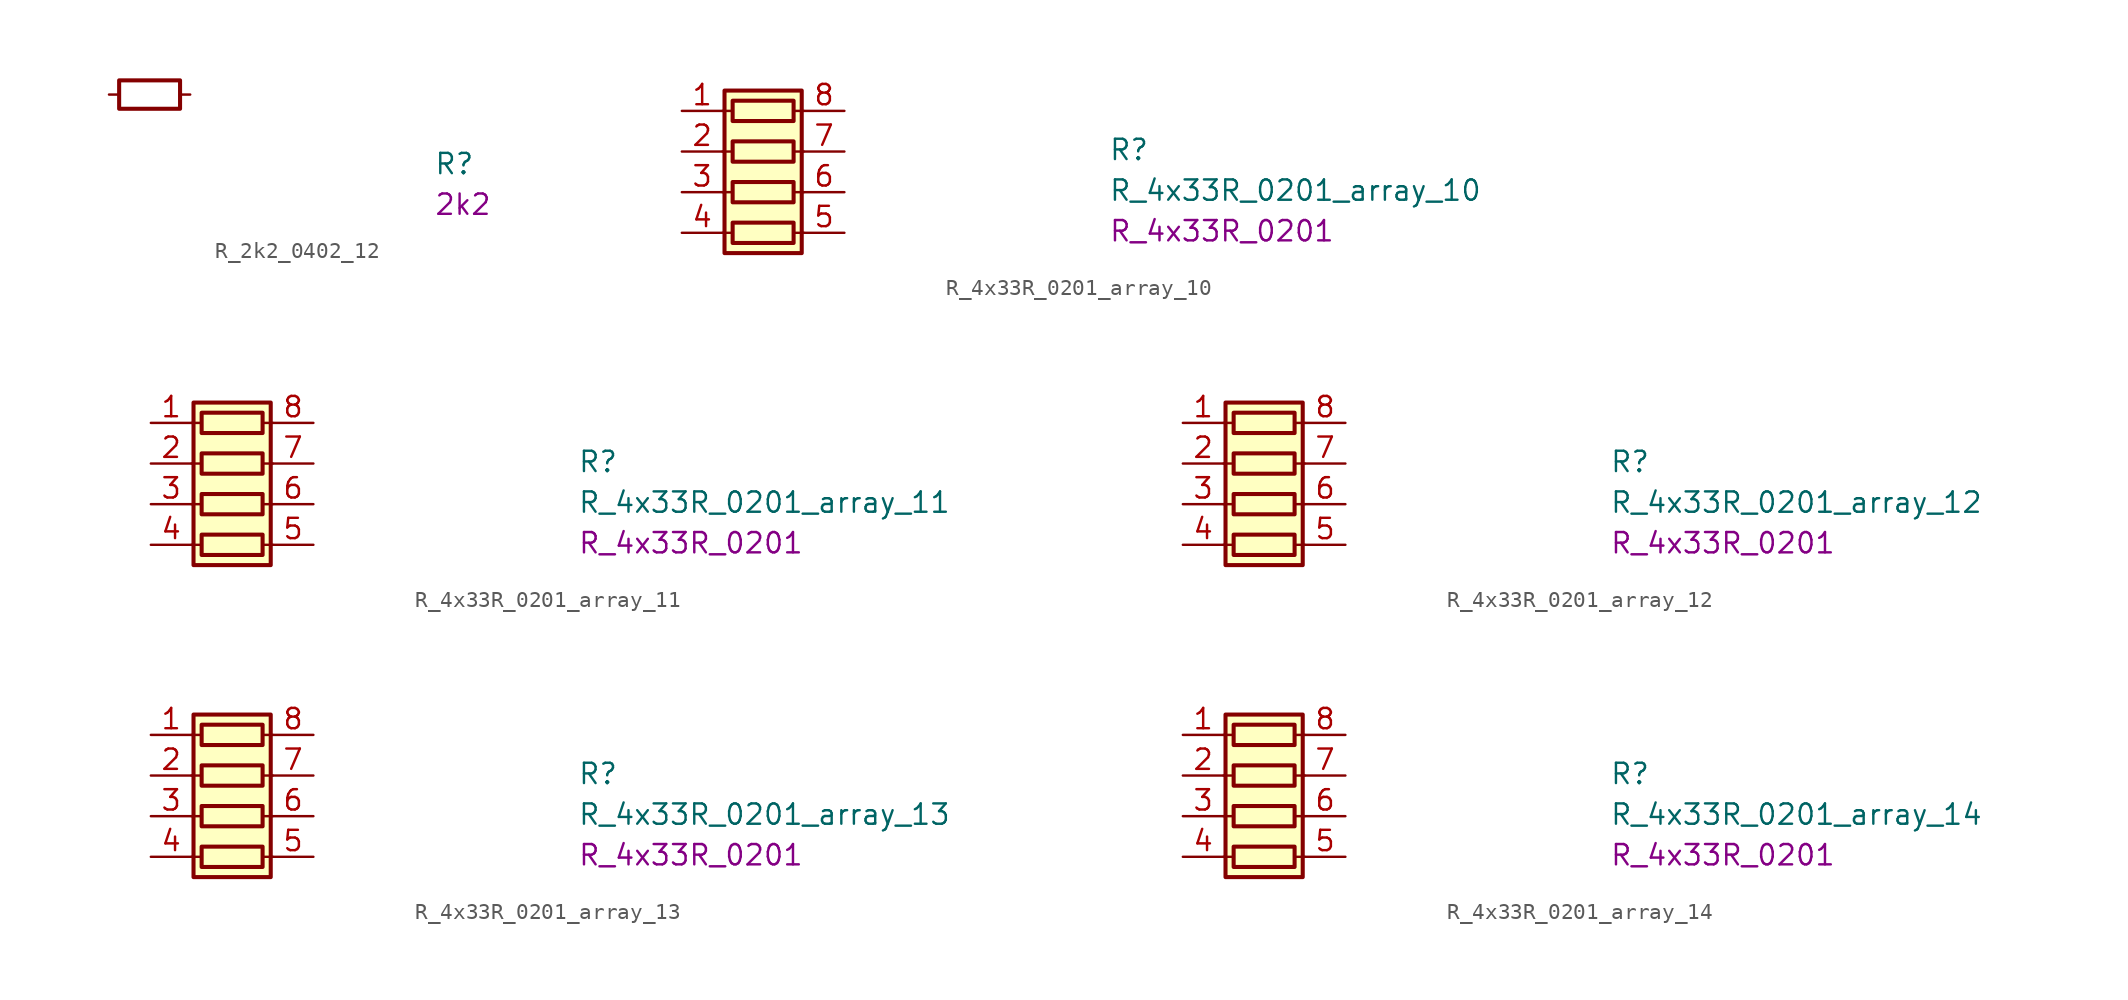
<source format=kicad_sym>
(kicad_symbol_lib
  (version 20211014)
  (generator kicad_symbol_editor)
  (symbol "K410T-devboard:R_2k2_0402_12"
    (pin_numbers hide)
    (pin_names hide)
    (property "Reference" "R"
      (at 20.32 -5.08 0)
      (effects (font (size 1.27 1.27) (thickness 0.15)) (justify left bottom)))
    (property "Val" "2k2"
      (at 20.32 -7.62 0)
      (effects (font (size 1.27 1.27) (thickness 0.15)) (justify left bottom)))
    (symbol "R_2k2_0402_12_0_1"
      (rectangle (start 0.635 0.889) (end 4.445 -0.889) (stroke (width 0.254) (type default)) (fill (type none))))
    (symbol "R_2k2_0402_12_1_1"
      (pin passive line (at 0 0 0) (length 0.635) (name "~" (effects (font (size 1.27 1.27)))) (number "1" (effects (font (size 1.27 1.27)))))
      (pin passive line (at 5.08 0 180) (length 0.635) (name "~" (effects (font (size 1.27 1.27)))) (number "2" (effects (font (size 1.27 1.27)))))))
  (symbol "K410T-devboard:R_4x33R_0201_array_10"
    (pin_names hide)
    (property "Reference" "R"
      (at 26.67 -3.175 0)
      (effects (font (size 1.27 1.27) (thickness 0.15)) (justify left bottom)))
    (property "Value" "R_4x33R_0201_array_10"
      (at 26.67 -5.715 0)
      (effects (font (size 1.27 1.27) (thickness 0.15)) (justify left bottom)))
    (property "Val" "R_4x33R_0201"
      (at 26.67 -8.255 0)
      (effects (font (size 1.27 1.27)) (justify left bottom)))
    (symbol "R_4x33R_0201_array_10_0_1"
      (polyline (pts (xy 2.54 -7.62) (xy 3.175 -7.62)) (stroke (width 0) (type default)) (fill (type none)))
      (polyline (pts (xy 2.54 -5.08) (xy 3.175 -5.08)) (stroke (width 0) (type default)) (fill (type none)))
      (polyline (pts (xy 2.54 -2.54) (xy 3.175 -2.54)) (stroke (width 0) (type default)) (fill (type none)))
      (polyline (pts (xy 2.54 0) (xy 3.175 0)) (stroke (width 0) (type default)) (fill (type none)))
      (polyline (pts (xy 6.985 -7.62) (xy 7.62 -7.62)) (stroke (width 0) (type default)) (fill (type none)))
      (polyline (pts (xy 6.985 -5.08) (xy 7.62 -5.08)) (stroke (width 0) (type default)) (fill (type none)))
      (polyline (pts (xy 6.985 -2.54) (xy 7.62 -2.54)) (stroke (width 0) (type default)) (fill (type none)))
      (polyline (pts (xy 6.985 0) (xy 7.62 0)) (stroke (width 0) (type default)) (fill (type none)))
      (rectangle (start 2.667 1.27) (end 7.493 -8.89) (stroke (width 0.254) (type default)) (fill (type background)))
      (rectangle (start 6.985 -6.985) (end 3.175 -8.255) (stroke (width 0.254) (type default)) (fill (type none)))
      (rectangle (start 6.985 -4.445) (end 3.175 -5.715) (stroke (width 0.254) (type default)) (fill (type none)))
      (rectangle (start 6.985 -1.905) (end 3.175 -3.175) (stroke (width 0.254) (type default)) (fill (type none)))
      (rectangle (start 6.985 0.635) (end 3.175 -0.635) (stroke (width 0.254) (type default)) (fill (type none))))
    (symbol "R_4x33R_0201_array_10_1_1"
      (pin passive line (at 0 0 0) (length 2.54) (name "R1.1" (effects (font (size 1.27 1.27)))) (number "1" (effects (font (size 1.27 1.27)))))
      (pin passive line (at 0 -2.54 0) (length 2.54) (name "R2.1" (effects (font (size 1.27 1.27)))) (number "2" (effects (font (size 1.27 1.27)))))
      (pin passive line (at 0 -5.08 0) (length 2.54) (name "R3.1" (effects (font (size 1.27 1.27)))) (number "3" (effects (font (size 1.27 1.27)))))
      (pin passive line (at 0 -7.62 0) (length 2.54) (name "R4.1" (effects (font (size 1.27 1.27)))) (number "4" (effects (font (size 1.27 1.27)))))
      (pin passive line (at 10.16 -7.62 180) (length 2.54) (name "R4.2" (effects (font (size 1.27 1.27)))) (number "5" (effects (font (size 1.27 1.27)))))
      (pin passive line (at 10.16 -5.08 180) (length 2.54) (name "R3.2" (effects (font (size 1.27 1.27)))) (number "6" (effects (font (size 1.27 1.27)))))
      (pin passive line (at 10.16 -2.54 180) (length 2.54) (name "R2.2" (effects (font (size 1.27 1.27)))) (number "7" (effects (font (size 1.27 1.27)))))
      (pin passive line (at 10.16 0 180) (length 2.54) (name "R1.2" (effects (font (size 1.27 1.27)))) (number "8" (effects (font (size 1.27 1.27)))))))
  (symbol "K410T-devboard:R_4x33R_0201_array_11"
    (pin_names hide)
    (property "Reference" "R"
      (at 26.67 -3.175 0)
      (effects (font (size 1.27 1.27) (thickness 0.15)) (justify left bottom)))
    (property "Value" "R_4x33R_0201_array_11"
      (at 26.67 -5.715 0)
      (effects (font (size 1.27 1.27) (thickness 0.15)) (justify left bottom)))
    (property "Val" "R_4x33R_0201"
      (at 26.67 -8.255 0)
      (effects (font (size 1.27 1.27)) (justify left bottom)))
    (symbol "R_4x33R_0201_array_11_0_1"
      (polyline (pts (xy 2.54 -7.62) (xy 3.175 -7.62)) (stroke (width 0) (type default)) (fill (type none)))
      (polyline (pts (xy 2.54 -5.08) (xy 3.175 -5.08)) (stroke (width 0) (type default)) (fill (type none)))
      (polyline (pts (xy 2.54 -2.54) (xy 3.175 -2.54)) (stroke (width 0) (type default)) (fill (type none)))
      (polyline (pts (xy 2.54 0) (xy 3.175 0)) (stroke (width 0) (type default)) (fill (type none)))
      (polyline (pts (xy 6.985 -7.62) (xy 7.62 -7.62)) (stroke (width 0) (type default)) (fill (type none)))
      (polyline (pts (xy 6.985 -5.08) (xy 7.62 -5.08)) (stroke (width 0) (type default)) (fill (type none)))
      (polyline (pts (xy 6.985 -2.54) (xy 7.62 -2.54)) (stroke (width 0) (type default)) (fill (type none)))
      (polyline (pts (xy 6.985 0) (xy 7.62 0)) (stroke (width 0) (type default)) (fill (type none)))
      (rectangle (start 2.667 1.27) (end 7.493 -8.89) (stroke (width 0.254) (type default)) (fill (type background)))
      (rectangle (start 6.985 -6.985) (end 3.175 -8.255) (stroke (width 0.254) (type default)) (fill (type none)))
      (rectangle (start 6.985 -4.445) (end 3.175 -5.715) (stroke (width 0.254) (type default)) (fill (type none)))
      (rectangle (start 6.985 -1.905) (end 3.175 -3.175) (stroke (width 0.254) (type default)) (fill (type none)))
      (rectangle (start 6.985 0.635) (end 3.175 -0.635) (stroke (width 0.254) (type default)) (fill (type none))))
    (symbol "R_4x33R_0201_array_11_1_1"
      (pin passive line (at 0 0 0) (length 2.54) (name "R1.1" (effects (font (size 1.27 1.27)))) (number "1" (effects (font (size 1.27 1.27)))))
      (pin passive line (at 0 -2.54 0) (length 2.54) (name "R2.1" (effects (font (size 1.27 1.27)))) (number "2" (effects (font (size 1.27 1.27)))))
      (pin passive line (at 0 -5.08 0) (length 2.54) (name "R3.1" (effects (font (size 1.27 1.27)))) (number "3" (effects (font (size 1.27 1.27)))))
      (pin passive line (at 0 -7.62 0) (length 2.54) (name "R4.1" (effects (font (size 1.27 1.27)))) (number "4" (effects (font (size 1.27 1.27)))))
      (pin passive line (at 10.16 -7.62 180) (length 2.54) (name "R4.2" (effects (font (size 1.27 1.27)))) (number "5" (effects (font (size 1.27 1.27)))))
      (pin passive line (at 10.16 -5.08 180) (length 2.54) (name "R3.2" (effects (font (size 1.27 1.27)))) (number "6" (effects (font (size 1.27 1.27)))))
      (pin passive line (at 10.16 -2.54 180) (length 2.54) (name "R2.2" (effects (font (size 1.27 1.27)))) (number "7" (effects (font (size 1.27 1.27)))))
      (pin passive line (at 10.16 0 180) (length 2.54) (name "R1.2" (effects (font (size 1.27 1.27)))) (number "8" (effects (font (size 1.27 1.27)))))))
  (symbol "K410T-devboard:R_4x33R_0201_array_12"
    (pin_names hide)
    (property "Reference" "R"
      (at 26.67 -3.175 0)
      (effects (font (size 1.27 1.27) (thickness 0.15)) (justify left bottom)))
    (property "Value" "R_4x33R_0201_array_12"
      (at 26.67 -5.715 0)
      (effects (font (size 1.27 1.27) (thickness 0.15)) (justify left bottom)))
    (property "Val" "R_4x33R_0201"
      (at 26.67 -8.255 0)
      (effects (font (size 1.27 1.27)) (justify left bottom)))
    (symbol "R_4x33R_0201_array_12_0_1"
      (polyline (pts (xy 2.54 -7.62) (xy 3.175 -7.62)) (stroke (width 0) (type default)) (fill (type none)))
      (polyline (pts (xy 2.54 -5.08) (xy 3.175 -5.08)) (stroke (width 0) (type default)) (fill (type none)))
      (polyline (pts (xy 2.54 -2.54) (xy 3.175 -2.54)) (stroke (width 0) (type default)) (fill (type none)))
      (polyline (pts (xy 2.54 0) (xy 3.175 0)) (stroke (width 0) (type default)) (fill (type none)))
      (polyline (pts (xy 6.985 -7.62) (xy 7.62 -7.62)) (stroke (width 0) (type default)) (fill (type none)))
      (polyline (pts (xy 6.985 -5.08) (xy 7.62 -5.08)) (stroke (width 0) (type default)) (fill (type none)))
      (polyline (pts (xy 6.985 -2.54) (xy 7.62 -2.54)) (stroke (width 0) (type default)) (fill (type none)))
      (polyline (pts (xy 6.985 0) (xy 7.62 0)) (stroke (width 0) (type default)) (fill (type none)))
      (rectangle (start 2.667 1.27) (end 7.493 -8.89) (stroke (width 0.254) (type default)) (fill (type background)))
      (rectangle (start 6.985 -6.985) (end 3.175 -8.255) (stroke (width 0.254) (type default)) (fill (type none)))
      (rectangle (start 6.985 -4.445) (end 3.175 -5.715) (stroke (width 0.254) (type default)) (fill (type none)))
      (rectangle (start 6.985 -1.905) (end 3.175 -3.175) (stroke (width 0.254) (type default)) (fill (type none)))
      (rectangle (start 6.985 0.635) (end 3.175 -0.635) (stroke (width 0.254) (type default)) (fill (type none))))
    (symbol "R_4x33R_0201_array_12_1_1"
      (pin passive line (at 0 0 0) (length 2.54) (name "R1.1" (effects (font (size 1.27 1.27)))) (number "1" (effects (font (size 1.27 1.27)))))
      (pin passive line (at 0 -2.54 0) (length 2.54) (name "R2.1" (effects (font (size 1.27 1.27)))) (number "2" (effects (font (size 1.27 1.27)))))
      (pin passive line (at 0 -5.08 0) (length 2.54) (name "R3.1" (effects (font (size 1.27 1.27)))) (number "3" (effects (font (size 1.27 1.27)))))
      (pin passive line (at 0 -7.62 0) (length 2.54) (name "R4.1" (effects (font (size 1.27 1.27)))) (number "4" (effects (font (size 1.27 1.27)))))
      (pin passive line (at 10.16 -7.62 180) (length 2.54) (name "R4.2" (effects (font (size 1.27 1.27)))) (number "5" (effects (font (size 1.27 1.27)))))
      (pin passive line (at 10.16 -5.08 180) (length 2.54) (name "R3.2" (effects (font (size 1.27 1.27)))) (number "6" (effects (font (size 1.27 1.27)))))
      (pin passive line (at 10.16 -2.54 180) (length 2.54) (name "R2.2" (effects (font (size 1.27 1.27)))) (number "7" (effects (font (size 1.27 1.27)))))
      (pin passive line (at 10.16 0 180) (length 2.54) (name "R1.2" (effects (font (size 1.27 1.27)))) (number "8" (effects (font (size 1.27 1.27)))))))
  (symbol "K410T-devboard:R_4x33R_0201_array_13"
    (pin_names hide)
    (property "Reference" "R"
      (at 26.67 -3.175 0)
      (effects (font (size 1.27 1.27) (thickness 0.15)) (justify left bottom)))
    (property "Value" "R_4x33R_0201_array_13"
      (at 26.67 -5.715 0)
      (effects (font (size 1.27 1.27) (thickness 0.15)) (justify left bottom)))
    (property "Val" "R_4x33R_0201"
      (at 26.67 -8.255 0)
      (effects (font (size 1.27 1.27)) (justify left bottom)))
    (symbol "R_4x33R_0201_array_13_0_1"
      (polyline (pts (xy 2.54 -7.62) (xy 3.175 -7.62)) (stroke (width 0) (type default)) (fill (type none)))
      (polyline (pts (xy 2.54 -5.08) (xy 3.175 -5.08)) (stroke (width 0) (type default)) (fill (type none)))
      (polyline (pts (xy 2.54 -2.54) (xy 3.175 -2.54)) (stroke (width 0) (type default)) (fill (type none)))
      (polyline (pts (xy 2.54 0) (xy 3.175 0)) (stroke (width 0) (type default)) (fill (type none)))
      (polyline (pts (xy 6.985 -7.62) (xy 7.62 -7.62)) (stroke (width 0) (type default)) (fill (type none)))
      (polyline (pts (xy 6.985 -5.08) (xy 7.62 -5.08)) (stroke (width 0) (type default)) (fill (type none)))
      (polyline (pts (xy 6.985 -2.54) (xy 7.62 -2.54)) (stroke (width 0) (type default)) (fill (type none)))
      (polyline (pts (xy 6.985 0) (xy 7.62 0)) (stroke (width 0) (type default)) (fill (type none)))
      (rectangle (start 2.667 1.27) (end 7.493 -8.89) (stroke (width 0.254) (type default)) (fill (type background)))
      (rectangle (start 6.985 -6.985) (end 3.175 -8.255) (stroke (width 0.254) (type default)) (fill (type none)))
      (rectangle (start 6.985 -4.445) (end 3.175 -5.715) (stroke (width 0.254) (type default)) (fill (type none)))
      (rectangle (start 6.985 -1.905) (end 3.175 -3.175) (stroke (width 0.254) (type default)) (fill (type none)))
      (rectangle (start 6.985 0.635) (end 3.175 -0.635) (stroke (width 0.254) (type default)) (fill (type none))))
    (symbol "R_4x33R_0201_array_13_1_1"
      (pin passive line (at 0 0 0) (length 2.54) (name "R1.1" (effects (font (size 1.27 1.27)))) (number "1" (effects (font (size 1.27 1.27)))))
      (pin passive line (at 0 -2.54 0) (length 2.54) (name "R2.1" (effects (font (size 1.27 1.27)))) (number "2" (effects (font (size 1.27 1.27)))))
      (pin passive line (at 0 -5.08 0) (length 2.54) (name "R3.1" (effects (font (size 1.27 1.27)))) (number "3" (effects (font (size 1.27 1.27)))))
      (pin passive line (at 0 -7.62 0) (length 2.54) (name "R4.1" (effects (font (size 1.27 1.27)))) (number "4" (effects (font (size 1.27 1.27)))))
      (pin passive line (at 10.16 -7.62 180) (length 2.54) (name "R4.2" (effects (font (size 1.27 1.27)))) (number "5" (effects (font (size 1.27 1.27)))))
      (pin passive line (at 10.16 -5.08 180) (length 2.54) (name "R3.2" (effects (font (size 1.27 1.27)))) (number "6" (effects (font (size 1.27 1.27)))))
      (pin passive line (at 10.16 -2.54 180) (length 2.54) (name "R2.2" (effects (font (size 1.27 1.27)))) (number "7" (effects (font (size 1.27 1.27)))))
      (pin passive line (at 10.16 0 180) (length 2.54) (name "R1.2" (effects (font (size 1.27 1.27)))) (number "8" (effects (font (size 1.27 1.27)))))))
  (symbol "K410T-devboard:R_4x33R_0201_array_14"
    (pin_names hide)
    (property "Reference" "R"
      (at 26.67 -3.175 0)
      (effects (font (size 1.27 1.27) (thickness 0.15)) (justify left bottom)))
    (property "Value" "R_4x33R_0201_array_14"
      (at 26.67 -5.715 0)
      (effects (font (size 1.27 1.27) (thickness 0.15)) (justify left bottom)))
    (property "Val" "R_4x33R_0201"
      (at 26.67 -8.255 0)
      (effects (font (size 1.27 1.27)) (justify left bottom)))
    (symbol "R_4x33R_0201_array_14_0_1"
      (polyline (pts (xy 2.54 -7.62) (xy 3.175 -7.62)) (stroke (width 0) (type default)) (fill (type none)))
      (polyline (pts (xy 2.54 -5.08) (xy 3.175 -5.08)) (stroke (width 0) (type default)) (fill (type none)))
      (polyline (pts (xy 2.54 -2.54) (xy 3.175 -2.54)) (stroke (width 0) (type default)) (fill (type none)))
      (polyline (pts (xy 2.54 0) (xy 3.175 0)) (stroke (width 0) (type default)) (fill (type none)))
      (polyline (pts (xy 6.985 -7.62) (xy 7.62 -7.62)) (stroke (width 0) (type default)) (fill (type none)))
      (polyline (pts (xy 6.985 -5.08) (xy 7.62 -5.08)) (stroke (width 0) (type default)) (fill (type none)))
      (polyline (pts (xy 6.985 -2.54) (xy 7.62 -2.54)) (stroke (width 0) (type default)) (fill (type none)))
      (polyline (pts (xy 6.985 0) (xy 7.62 0)) (stroke (width 0) (type default)) (fill (type none)))
      (rectangle (start 2.667 1.27) (end 7.493 -8.89) (stroke (width 0.254) (type default)) (fill (type background)))
      (rectangle (start 6.985 -6.985) (end 3.175 -8.255) (stroke (width 0.254) (type default)) (fill (type none)))
      (rectangle (start 6.985 -4.445) (end 3.175 -5.715) (stroke (width 0.254) (type default)) (fill (type none)))
      (rectangle (start 6.985 -1.905) (end 3.175 -3.175) (stroke (width 0.254) (type default)) (fill (type none)))
      (rectangle (start 6.985 0.635) (end 3.175 -0.635) (stroke (width 0.254) (type default)) (fill (type none))))
    (symbol "R_4x33R_0201_array_14_1_1"
      (pin passive line (at 0 0 0) (length 2.54) (name "R1.1" (effects (font (size 1.27 1.27)))) (number "1" (effects (font (size 1.27 1.27)))))
      (pin passive line (at 0 -2.54 0) (length 2.54) (name "R2.1" (effects (font (size 1.27 1.27)))) (number "2" (effects (font (size 1.27 1.27)))))
      (pin passive line (at 0 -5.08 0) (length 2.54) (name "R3.1" (effects (font (size 1.27 1.27)))) (number "3" (effects (font (size 1.27 1.27)))))
      (pin passive line (at 0 -7.62 0) (length 2.54) (name "R4.1" (effects (font (size 1.27 1.27)))) (number "4" (effects (font (size 1.27 1.27)))))
      (pin passive line (at 10.16 -7.62 180) (length 2.54) (name "R4.2" (effects (font (size 1.27 1.27)))) (number "5" (effects (font (size 1.27 1.27)))))
      (pin passive line (at 10.16 -5.08 180) (length 2.54) (name "R3.2" (effects (font (size 1.27 1.27)))) (number "6" (effects (font (size 1.27 1.27)))))
      (pin passive line (at 10.16 -2.54 180) (length 2.54) (name "R2.2" (effects (font (size 1.27 1.27)))) (number "7" (effects (font (size 1.27 1.27)))))
      (pin passive line (at 10.16 0 180) (length 2.54) (name "R1.2" (effects (font (size 1.27 1.27)))) (number "8" (effects (font (size 1.27 1.27))))))))
</source>
